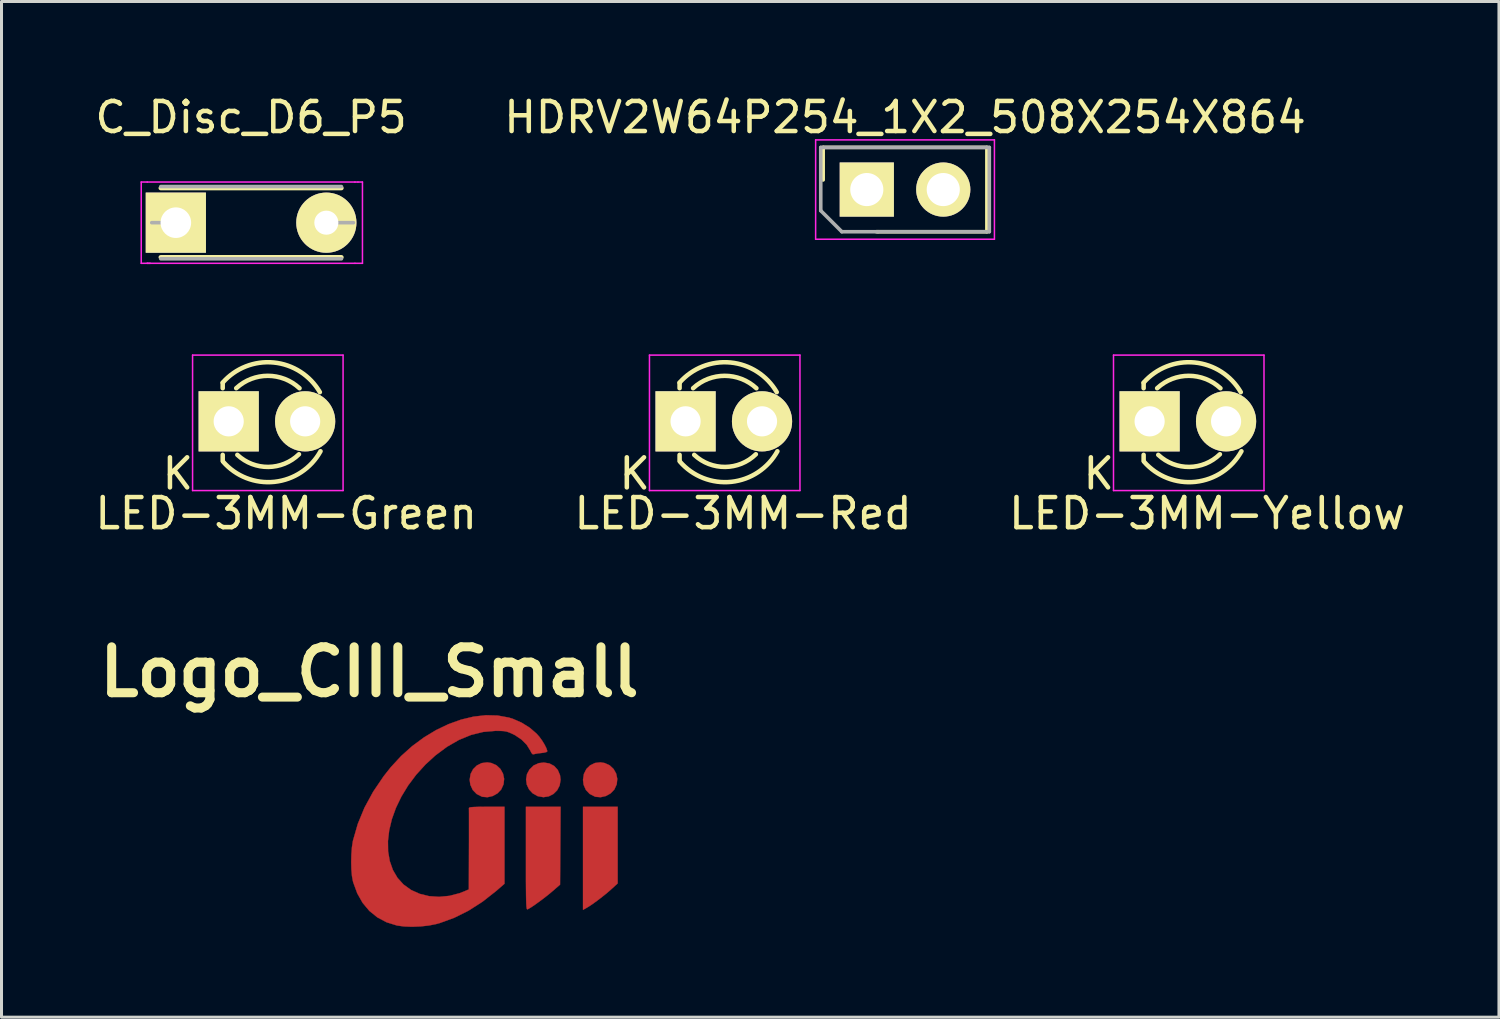
<source format=kicad_pcb>
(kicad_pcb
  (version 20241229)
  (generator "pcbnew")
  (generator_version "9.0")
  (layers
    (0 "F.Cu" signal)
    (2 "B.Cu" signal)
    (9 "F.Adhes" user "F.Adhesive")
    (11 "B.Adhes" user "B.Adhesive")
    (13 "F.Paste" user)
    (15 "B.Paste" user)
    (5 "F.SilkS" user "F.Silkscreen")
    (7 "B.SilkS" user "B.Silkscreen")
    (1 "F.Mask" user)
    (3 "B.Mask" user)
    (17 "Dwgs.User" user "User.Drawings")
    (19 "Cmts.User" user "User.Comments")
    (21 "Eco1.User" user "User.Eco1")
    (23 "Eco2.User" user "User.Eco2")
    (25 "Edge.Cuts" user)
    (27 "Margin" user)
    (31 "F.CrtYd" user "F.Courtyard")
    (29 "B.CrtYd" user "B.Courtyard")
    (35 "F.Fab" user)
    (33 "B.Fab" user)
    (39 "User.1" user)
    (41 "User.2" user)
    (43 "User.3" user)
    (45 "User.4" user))
  (footprint "C_Disc_D6_P5"
    (layer "F.Cu")
    (at 2.792 4.348)
    (property "Reference" "C_Disc_D6_P5" (at 2.5 -3.5 0) (layer "F.SilkS") (effects (font (size 1 1) (thickness 0.15))))
    (attr through_hole)
    (fp_line (start -0.5 -1.15) (end 5.5 -1.15) (stroke (width 0.15) (type solid)) (layer "F.SilkS"))
    (fp_line (start 5.5 1.15) (end -0.5 1.15) (stroke (width 0.15) (type solid)) (layer "F.SilkS"))
    (fp_line (start -1.15 -1.35) (end -1.15 1.35) (stroke (width 0.05) (type solid)) (layer "F.CrtYd"))
    (fp_line (start -1.15 1.35) (end -0.95 1.35) (stroke (width 0.05) (type solid)) (layer "F.CrtYd"))
    (fp_line (start -0.95 -1.35) (end -1.15 -1.35) (stroke (width 0.05) (type solid)) (layer "F.CrtYd"))
    (fp_line (start -0.95 -1.35) (end 5.95 -1.35) (stroke (width 0.05) (type solid)) (layer "F.CrtYd"))
    (fp_line (start -0.95 1.35) (end -0.85 1.35) (stroke (width 0.05) (type solid)) (layer "F.CrtYd"))
    (fp_line (start 5.95 -1.35) (end 6.05 -1.35) (stroke (width 0.05) (type solid)) (layer "F.CrtYd"))
    (fp_line (start 5.95 1.35) (end -0.95 1.35) (stroke (width 0.05) (type solid)) (layer "F.CrtYd"))
    (fp_line (start 6.05 -1.35) (end 6.2 -1.35) (stroke (width 0.05) (type solid)) (layer "F.CrtYd"))
    (fp_line (start 6.2 -1.35) (end 6.2 1.35) (stroke (width 0.05) (type solid)) (layer "F.CrtYd"))
    (fp_line (start 6.2 1.35) (end 5.95 1.35) (stroke (width 0.05) (type solid)) (layer "F.CrtYd"))
    (fp_line (start -0.5 -1.2) (end 5.5 -1.2) (stroke (width 0.12) (type solid)) (layer "F.Fab"))
    (fp_line (start -0.5 1.2) (end 5.5 1.2) (stroke (width 0.12) (type solid)) (layer "F.Fab"))
    (fp_line (start 0.1 0) (end -0.8 0) (stroke (width 0.12) (type solid)) (layer "F.Fab"))
    (fp_line (start 5 0) (end 5.9 0) (stroke (width 0.12) (type solid)) (layer "F.Fab"))
    (pad "1" thru_hole rect (at 0 0) (size 2 2) (drill 1.016) (layers "*.Cu" "*.Mask" "F.SilkS"))
    (pad "2" thru_hole circle (at 5 0) (size 2 2) (drill 0.8) (layers "*.Cu" "*.Mask" "F.SilkS")))
  (footprint "LED-3MM-Red"
    (layer "F.Cu")
    (at 19.727 10.948)
    (property "Reference" "LED-3MM-Red" (at 1.91 3.06 0) (layer "F.SilkS") (effects (font (size 1 1) (thickness 0.15))))
    (attr through_hole)
    (fp_line (start -0.199 -1.28) (end -0.199 -1.1) (stroke (width 0.15) (type solid)) (layer "F.SilkS"))
    (fp_line (start -0.199 1.314) (end -0.199 1.114) (stroke (width 0.15) (type solid)) (layer "F.SilkS"))
    (fp_arc (start -0.199 -1.286) (mid 1.495903 -1.954571) (end 3.028744 -0.969643) (stroke (width 0.15) (type solid)) (layer "F.SilkS"))
    (fp_arc (start 0.25 -1.1) (mid 1.301686 -1.512142) (end 2.353005 -1.099067) (stroke (width 0.15) (type solid)) (layer "F.SilkS"))
    (fp_arc (start 2.335 1.094) (mid 1.31492 1.51473) (end 0.287111 1.113252) (stroke (width 0.15) (type solid)) (layer "F.SilkS"))
    (fp_arc (start 3.051 0.994) (mid 1.522637 2.009958) (end -0.18622 1.340726) (stroke (width 0.15) (type solid)) (layer "F.SilkS"))
    (fp_line (start -1.2 -2.2) (end -1.2 2.3) (stroke (width 0.05) (type solid)) (layer "F.CrtYd"))
    (fp_line (start -1.2 2.3) (end 3.8 2.3) (stroke (width 0.05) (type solid)) (layer "F.CrtYd"))
    (fp_line (start 3.8 -2.2) (end -1.2 -2.2) (stroke (width 0.05) (type solid)) (layer "F.CrtYd"))
    (fp_line (start 3.8 2.3) (end 3.8 -2.2) (stroke (width 0.05) (type solid)) (layer "F.CrtYd"))
    (fp_text user "K" (at -1.69 1.74 0) (layer "F.SilkS") (effects (font (size 1 1) (thickness 0.15))))
    (pad "1" thru_hole rect (at 0 0 90) (size 2 2) (drill 1.001) (layers "*.Cu" "*.Mask" "F.SilkS"))
    (pad "2" thru_hole circle (at 2.54 0) (size 2 2) (drill 1.001) (layers "*.Cu" "*.Mask" "F.SilkS")))
  (footprint "Logo_CIII_Small"
    (layer "F.Cu")
    (at 13.034 24.228)
    (property "Reference" "Logo_CIII_Small" (at -3.81 -4.953 0) (layer "F.SilkS") (effects (font (size 1.524 1.524) (thickness 0.3))))
    (attr through_hole)
    (fp_poly (pts (xy 4.437 2.071) (xy 4.246 2.246) (xy 4.098 2.376) (xy 3.926 2.515) (xy 3.749 2.651) (xy 3.584 2.77) (xy 3.447 2.859) (xy 3.419 2.875) (xy 3.285 2.951) (xy 3.285 -0.474) (xy 4.437 -0.474) (xy 4.437 2.071)) (stroke (width 0.01) (type solid)) (fill yes) (layer "F.Cu"))
    (fp_poly (pts (xy 2.17 -1.914) (xy 2.328 -1.829) (xy 2.448 -1.697) (xy 2.521 -1.527) (xy 2.54 -1.372) (xy 2.51 -1.183) (xy 2.427 -1.023) (xy 2.303 -0.9) (xy 2.147 -0.82) (xy 1.971 -0.793) (xy 1.786 -0.825) (xy 1.778 -0.828) (xy 1.614 -0.92) (xy 1.492 -1.052) (xy 1.417 -1.212) (xy 1.394 -1.387) (xy 1.425 -1.562) (xy 1.507 -1.713) (xy 1.647 -1.849) (xy 1.817 -1.924) (xy 1.982 -1.944) (xy 2.17 -1.914)) (stroke (width 0.01) (type solid)) (fill yes) (layer "F.Cu"))
    (fp_poly (pts (xy 0.241 -1.929) (xy 0.412 -1.852) (xy 0.543 -1.729) (xy 0.628 -1.575) (xy 0.665 -1.402) (xy 0.646 -1.223) (xy 0.569 -1.051) (xy 0.566 -1.047) (xy 0.444 -0.92) (xy 0.286 -0.832) (xy 0.113 -0.792) (xy -0.057 -0.806) (xy -0.075 -0.811) (xy -0.249 -0.899) (xy -0.379 -1.034) (xy -0.458 -1.207) (xy -0.48 -1.372) (xy -0.45 -1.563) (xy -0.366 -1.724) (xy -0.24 -1.848) (xy -0.081 -1.926) (xy 0.1 -1.95) (xy 0.241 -1.929)) (stroke (width 0.01) (type solid)) (fill yes) (layer "F.Cu"))
    (fp_poly (pts (xy 4 -1.929) (xy 4.171 -1.852) (xy 4.302 -1.729) (xy 4.388 -1.575) (xy 4.424 -1.402) (xy 4.406 -1.223) (xy 4.328 -1.051) (xy 4.326 -1.047) (xy 4.203 -0.92) (xy 4.046 -0.832) (xy 3.872 -0.792) (xy 3.702 -0.806) (xy 3.684 -0.811) (xy 3.509 -0.899) (xy 3.381 -1.033) (xy 3.305 -1.206) (xy 3.285 -1.372) (xy 3.315 -1.566) (xy 3.397 -1.729) (xy 3.522 -1.852) (xy 3.681 -1.929) (xy 3.863 -1.951) (xy 4 -1.929)) (stroke (width 0.01) (type solid)) (fill yes) (layer "F.Cu"))
    (fp_poly (pts (xy 2.523 2.113) (xy 2.265 2.336) (xy 2.133 2.446) (xy 1.983 2.564) (xy 1.829 2.679) (xy 1.683 2.784) (xy 1.558 2.868) (xy 1.467 2.921) (xy 1.442 2.933) (xy 1.43 2.933) (xy 1.42 2.919) (xy 1.412 2.886) (xy 1.405 2.828) (xy 1.4 2.74) (xy 1.396 2.617) (xy 1.393 2.454) (xy 1.391 2.245) (xy 1.389 1.984) (xy 1.389 1.668) (xy 1.389 1.289) (xy 1.389 1.24) (xy 1.389 -0.474) (xy 2.541 -0.474) (xy 2.523 2.113)) (stroke (width 0.01) (type solid)) (fill yes) (layer "F.Cu"))
    (fp_poly (pts (xy 0.45 -3.506) (xy 0.821 -3.438) (xy 0.954 -3.397) (xy 1.246 -3.269) (xy 1.515 -3.101) (xy 1.742 -2.905) (xy 1.835 -2.8) (xy 1.928 -2.672) (xy 2.009 -2.539) (xy 2.069 -2.419) (xy 2.098 -2.329) (xy 2.099 -2.315) (xy 2.068 -2.291) (xy 1.985 -2.271) (xy 1.905 -2.261) (xy 1.788 -2.248) (xy 1.693 -2.231) (xy 1.654 -2.22) (xy 1.612 -2.22) (xy 1.572 -2.264) (xy 1.53 -2.348) (xy 1.414 -2.535) (xy 1.243 -2.707) (xy 1.029 -2.852) (xy 0.953 -2.89) (xy 0.845 -2.939) (xy 0.755 -2.97) (xy 0.662 -2.988) (xy 0.545 -2.995) (xy 0.382 -2.996) (xy 0.373 -2.996) (xy -0.03 -2.961) (xy -0.434 -2.861) (xy -0.836 -2.696) (xy -1.232 -2.468) (xy -1.619 -2.18) (xy -1.95 -1.877) (xy -2.259 -1.537) (xy -2.525 -1.181) (xy -2.749 -0.813) (xy -2.929 -0.44) (xy -3.064 -0.066) (xy -3.153 0.304) (xy -3.195 0.663) (xy -3.19 1.006) (xy -3.135 1.329) (xy -3.031 1.625) (xy -2.877 1.888) (xy -2.678 2.108) (xy -2.427 2.289) (xy -2.141 2.418) (xy -1.827 2.495) (xy -1.496 2.517) (xy -1.155 2.485) (xy -0.815 2.397) (xy -0.662 2.337) (xy -0.508 2.271) (xy -0.504 0.941) (xy -0.503 0.646) (xy -0.503 0.372) (xy -0.503 0.126) (xy -0.503 -0.085) (xy -0.503 -0.252) (xy -0.504 -0.369) (xy -0.505 -0.427) (xy -0.505 -0.432) (xy -0.492 -0.448) (xy -0.441 -0.46) (xy -0.345 -0.467) (xy -0.199 -0.472) (xy 0.006 -0.474) (xy 0.083 -0.474) (xy 0.677 -0.474) (xy 0.677 2.083) (xy 0.404 2.32) (xy -0.05 2.677) (xy -0.518 2.977) (xy -0.996 3.215) (xy -1.477 3.39) (xy -1.597 3.423) (xy -1.841 3.471) (xy -2.115 3.501) (xy -2.396 3.512) (xy -2.662 3.502) (xy -2.887 3.471) (xy -2.896 3.47) (xy -3.24 3.363) (xy -3.546 3.201) (xy -3.812 2.986) (xy -4.035 2.72) (xy -4.214 2.404) (xy -4.347 2.042) (xy -4.359 1.998) (xy -4.391 1.825) (xy -4.41 1.605) (xy -4.416 1.36) (xy -4.41 1.108) (xy -4.392 0.871) (xy -4.361 0.668) (xy -4.356 0.646) (xy -4.198 0.097) (xy -3.975 -0.444) (xy -3.687 -0.974) (xy -3.337 -1.49) (xy -3.099 -1.791) (xy -2.758 -2.16) (xy -2.39 -2.49) (xy -2 -2.778) (xy -1.595 -3.023) (xy -1.181 -3.221) (xy -0.763 -3.371) (xy -0.348 -3.47) (xy 0.058 -3.516) (xy 0.45 -3.506)) (stroke (width 0.01) (type solid)) (fill yes) (layer "F.Cu")))
  (footprint "LED-3MM-Green"
    (layer "F.Cu")
    (at 4.548 10.948)
    (property "Reference" "LED-3MM-Green" (at 1.91 3.06 0) (layer "F.SilkS") (effects (font (size 1 1) (thickness 0.15))))
    (attr through_hole)
    (fp_line (start -0.199 -1.28) (end -0.199 -1.1) (stroke (width 0.15) (type solid)) (layer "F.SilkS"))
    (fp_line (start -0.199 1.314) (end -0.199 1.114) (stroke (width 0.15) (type solid)) (layer "F.SilkS"))
    (fp_arc (start -0.199 -1.286) (mid 1.495903 -1.954571) (end 3.028744 -0.969643) (stroke (width 0.15) (type solid)) (layer "F.SilkS"))
    (fp_arc (start 0.25 -1.1) (mid 1.301686 -1.512142) (end 2.353005 -1.099067) (stroke (width 0.15) (type solid)) (layer "F.SilkS"))
    (fp_arc (start 2.335 1.094) (mid 1.31492 1.51473) (end 0.287111 1.113252) (stroke (width 0.15) (type solid)) (layer "F.SilkS"))
    (fp_arc (start 3.051 0.994) (mid 1.522637 2.009958) (end -0.18622 1.340726) (stroke (width 0.15) (type solid)) (layer "F.SilkS"))
    (fp_line (start -1.2 -2.2) (end -1.2 2.3) (stroke (width 0.05) (type solid)) (layer "F.CrtYd"))
    (fp_line (start -1.2 2.3) (end 3.8 2.3) (stroke (width 0.05) (type solid)) (layer "F.CrtYd"))
    (fp_line (start 3.8 -2.2) (end -1.2 -2.2) (stroke (width 0.05) (type solid)) (layer "F.CrtYd"))
    (fp_line (start 3.8 2.3) (end 3.8 -2.2) (stroke (width 0.05) (type solid)) (layer "F.CrtYd"))
    (fp_text user "K" (at -1.69 1.74 0) (layer "F.SilkS") (effects (font (size 1 1) (thickness 0.15))))
    (pad "1" thru_hole rect (at 0 0 90) (size 2 2) (drill 1.001) (layers "*.Cu" "*.Mask" "F.SilkS"))
    (pad "2" thru_hole circle (at 2.54 0) (size 2 2) (drill 1.001) (layers "*.Cu" "*.Mask" "F.SilkS")))
  (footprint "HDRV2W64P254_1X2_508X254X864"
    (layer "F.Cu")
    (at 27.018 3.248)
    (property "Reference" "HDRV2W64P254_1X2_508X254X864" (at 0 -2.4 0) (layer "F.SilkS") (effects (font (size 1 1) (thickness 0.15))))
    (attr through_hole)
    (fp_line (start -2.72 -1.4) (end -2.72 -0.32) (stroke (width 0.12) (type solid)) (layer "F.SilkS"))
    (fp_line (start -2.72 -1.4) (end 2.72 -1.4) (stroke (width 0.12) (type solid)) (layer "F.SilkS"))
    (fp_line (start -0.95 1.4) (end 2.72 1.4) (stroke (width 0.12) (type solid)) (layer "F.SilkS"))
    (fp_line (start 2.72 -1.4) (end 2.72 1.4) (stroke (width 0.12) (type solid)) (layer "F.SilkS"))
    (fp_line (start -2.97 -1.65) (end -2.97 1.65) (stroke (width 0.05) (type solid)) (layer "F.CrtYd"))
    (fp_line (start -2.97 -1.65) (end 2.97 -1.65) (stroke (width 0.05) (type solid)) (layer "F.CrtYd"))
    (fp_line (start -2.97 1.65) (end 2.97 1.65) (stroke (width 0.05) (type solid)) (layer "F.CrtYd"))
    (fp_line (start 2.97 -1.65) (end 2.97 1.65) (stroke (width 0.05) (type solid)) (layer "F.CrtYd"))
    (fp_line (start -2.8 -1.4) (end 2.8 -1.4) (stroke (width 0.12) (type solid)) (layer "F.Fab"))
    (fp_line (start -2.8 -0.3) (end -2.8 -1.4) (stroke (width 0.12) (type solid)) (layer "F.Fab"))
    (fp_line (start -2.8 -0.3) (end -2.8 0.7) (stroke (width 0.12) (type solid)) (layer "F.Fab"))
    (fp_line (start -2.8 0.7) (end -2.1 1.4) (stroke (width 0.12) (type solid)) (layer "F.Fab"))
    (fp_line (start -2.1 1.4) (end -0.9 1.4) (stroke (width 0.12) (type solid)) (layer "F.Fab"))
    (fp_line (start 2.8 -1.4) (end 2.8 1.4) (stroke (width 0.12) (type solid)) (layer "F.Fab"))
    (fp_line (start 2.8 1.4) (end -0.9 1.4) (stroke (width 0.12) (type solid)) (layer "F.Fab"))
    (pad "1" thru_hole rect (at -1.27 0) (size 1.8 1.8) (drill 1.1) (layers "*.Cu" "*.Mask" "F.SilkS"))
    (pad "2" thru_hole circle (at 1.27 0) (size 1.8 1.8) (drill 1.1) (layers "*.Cu" "*.Mask" "F.SilkS")))
  (footprint "LED-3MM-Yellow"
    (layer "F.Cu")
    (at 35.144 10.948)
    (property "Reference" "LED-3MM-Yellow" (at 1.91 3.06 0) (layer "F.SilkS") (effects (font (size 1 1) (thickness 0.15))))
    (attr through_hole)
    (fp_line (start -0.199 -1.28) (end -0.199 -1.1) (stroke (width 0.15) (type solid)) (layer "F.SilkS"))
    (fp_line (start -0.199 1.314) (end -0.199 1.114) (stroke (width 0.15) (type solid)) (layer "F.SilkS"))
    (fp_arc (start -0.199 -1.286) (mid 1.495903 -1.954571) (end 3.028744 -0.969643) (stroke (width 0.15) (type solid)) (layer "F.SilkS"))
    (fp_arc (start 0.25 -1.1) (mid 1.301686 -1.512142) (end 2.353005 -1.099067) (stroke (width 0.15) (type solid)) (layer "F.SilkS"))
    (fp_arc (start 2.335 1.094) (mid 1.31492 1.51473) (end 0.287111 1.113252) (stroke (width 0.15) (type solid)) (layer "F.SilkS"))
    (fp_arc (start 3.051 0.994) (mid 1.522637 2.009958) (end -0.18622 1.340726) (stroke (width 0.15) (type solid)) (layer "F.SilkS"))
    (fp_line (start -1.2 -2.2) (end -1.2 2.3) (stroke (width 0.05) (type solid)) (layer "F.CrtYd"))
    (fp_line (start -1.2 2.3) (end 3.8 2.3) (stroke (width 0.05) (type solid)) (layer "F.CrtYd"))
    (fp_line (start 3.8 -2.2) (end -1.2 -2.2) (stroke (width 0.05) (type solid)) (layer "F.CrtYd"))
    (fp_line (start 3.8 2.3) (end 3.8 -2.2) (stroke (width 0.05) (type solid)) (layer "F.CrtYd"))
    (fp_text user "K" (at -1.69 1.74 0) (layer "F.SilkS") (effects (font (size 1 1) (thickness 0.15))))
    (pad "1" thru_hole rect (at 0 0 90) (size 2 2) (drill 1.001) (layers "*.Cu" "*.Mask" "F.SilkS"))
    (pad "2" thru_hole circle (at 2.54 0) (size 2 2) (drill 1.001) (layers "*.Cu" "*.Mask" "F.SilkS")))
  (gr_rect
    (start -3 -3)
    (end 46.75 30.744)
    (stroke (width 0.1) (type default))
    (fill no)
    (layer "Edge.Cuts")))
</source>
